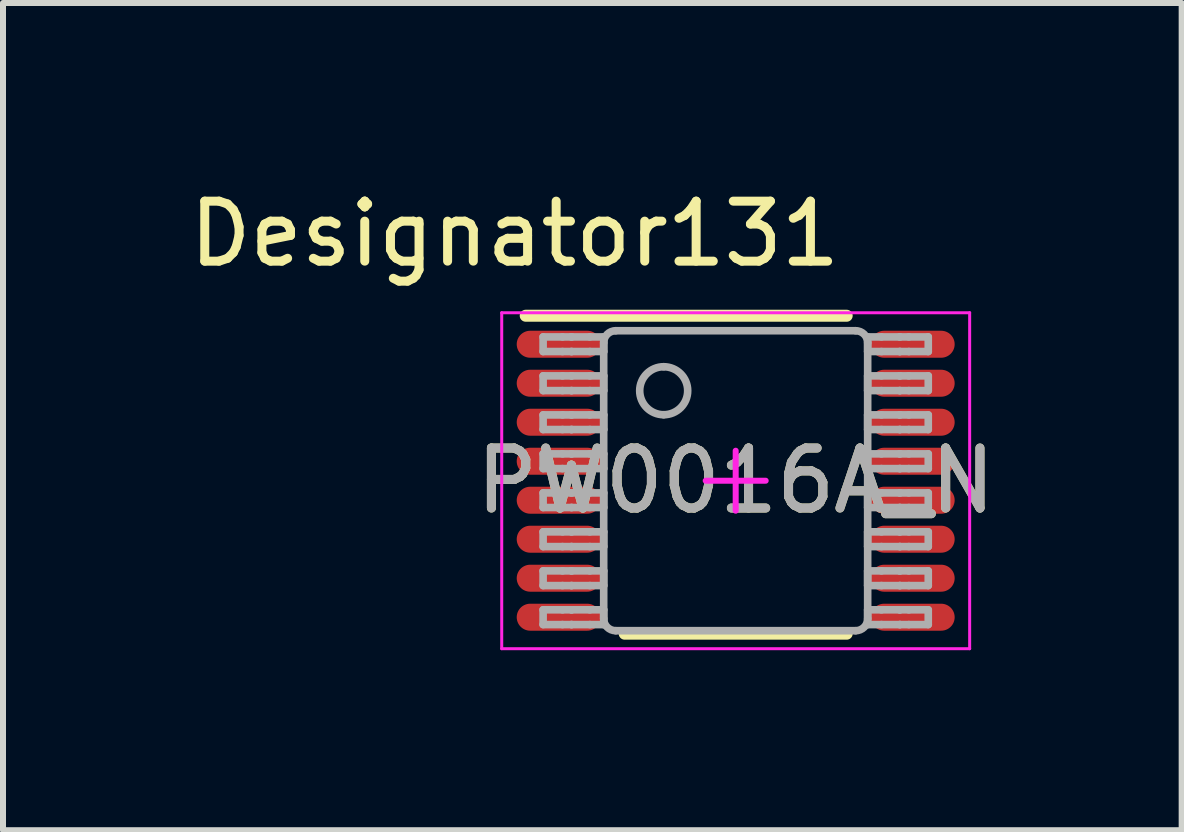
<source format=kicad_pcb>
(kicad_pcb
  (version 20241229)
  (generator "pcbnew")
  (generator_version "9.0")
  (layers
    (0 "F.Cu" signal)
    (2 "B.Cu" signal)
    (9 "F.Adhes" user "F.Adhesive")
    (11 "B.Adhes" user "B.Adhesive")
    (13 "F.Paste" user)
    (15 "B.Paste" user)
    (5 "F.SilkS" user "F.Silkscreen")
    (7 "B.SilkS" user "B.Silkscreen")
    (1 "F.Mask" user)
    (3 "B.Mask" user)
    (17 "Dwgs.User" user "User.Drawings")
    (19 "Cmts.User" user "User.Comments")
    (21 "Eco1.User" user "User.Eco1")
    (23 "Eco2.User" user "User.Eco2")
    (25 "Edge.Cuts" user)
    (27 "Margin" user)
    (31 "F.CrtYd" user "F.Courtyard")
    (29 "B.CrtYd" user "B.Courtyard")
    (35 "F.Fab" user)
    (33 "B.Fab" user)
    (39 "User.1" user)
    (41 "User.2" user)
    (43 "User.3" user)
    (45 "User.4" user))
  (footprint "PW0016A_N"
    (layer "F.Cu")
    (at 9.213 4.963)
    (property "Reference" "PW0016A_N" (at 0 0 0) (unlocked yes) (layer "F.SilkS") (effects (font (size 1 1) (thickness 0.15))))
    (attr smd)
    (fp_line (start -3.5 -2.75) (end 1.85 -2.75) (stroke (width 0.2) (type solid)) (layer "F.SilkS"))
    (fp_line (start -1.85 2.55) (end 1.85 2.55) (stroke (width 0.2) (type solid)) (layer "F.SilkS"))
    (fp_line (start -3.9 -2.8) (end 3.9 -2.8) (stroke (width 0.05) (type solid)) (layer "F.CrtYd"))
    (fp_line (start -3.9 2.8) (end -3.9 -2.8) (stroke (width 0.05) (type solid)) (layer "F.CrtYd"))
    (fp_line (start -3.9 2.8) (end 3.9 2.8) (stroke (width 0.05) (type solid)) (layer "F.CrtYd"))
    (fp_line (start -0.5 0) (end 0.5 0) (stroke (width 0.1) (type solid)) (layer "F.CrtYd"))
    (fp_line (start 0 0.5) (end 0 -0.5) (stroke (width 0.1) (type solid)) (layer "F.CrtYd"))
    (fp_line (start 3.9 2.8) (end 3.9 -2.8) (stroke (width 0.05) (type solid)) (layer "F.CrtYd"))
    (fp_line (start -3.21 -2.397) (end -2.887 -2.397) (stroke (width 0.127) (type solid)) (layer "F.Fab"))
    (fp_line (start -3.21 -2.153) (end -3.21 -2.397) (stroke (width 0.127) (type solid)) (layer "F.Fab"))
    (fp_line (start -3.21 -2.153) (end -2.887 -2.153) (stroke (width 0.127) (type solid)) (layer "F.Fab"))
    (fp_line (start -3.21 -1.748) (end -2.887 -1.748) (stroke (width 0.127) (type solid)) (layer "F.Fab"))
    (fp_line (start -3.21 -1.502) (end -3.21 -1.748) (stroke (width 0.127) (type solid)) (layer "F.Fab"))
    (fp_line (start -3.21 -1.502) (end -2.887 -1.502) (stroke (width 0.127) (type solid)) (layer "F.Fab"))
    (fp_line (start -3.21 -1.097) (end -2.887 -1.097) (stroke (width 0.127) (type solid)) (layer "F.Fab"))
    (fp_line (start -3.21 -0.853) (end -3.21 -1.097) (stroke (width 0.127) (type solid)) (layer "F.Fab"))
    (fp_line (start -3.21 -0.853) (end -2.887 -0.853) (stroke (width 0.127) (type solid)) (layer "F.Fab"))
    (fp_line (start -3.21 -0.448) (end -2.887 -0.448) (stroke (width 0.127) (type solid)) (layer "F.Fab"))
    (fp_line (start -3.21 -0.202) (end -3.21 -0.448) (stroke (width 0.127) (type solid)) (layer "F.Fab"))
    (fp_line (start -3.21 -0.202) (end -2.887 -0.202) (stroke (width 0.127) (type solid)) (layer "F.Fab"))
    (fp_line (start -3.21 0.203) (end -2.887 0.203) (stroke (width 0.127) (type solid)) (layer "F.Fab"))
    (fp_line (start -3.21 0.447) (end -3.21 0.203) (stroke (width 0.127) (type solid)) (layer "F.Fab"))
    (fp_line (start -3.21 0.447) (end -2.887 0.447) (stroke (width 0.127) (type solid)) (layer "F.Fab"))
    (fp_line (start -3.21 0.852) (end -2.887 0.852) (stroke (width 0.127) (type solid)) (layer "F.Fab"))
    (fp_line (start -3.21 1.098) (end -3.21 0.852) (stroke (width 0.127) (type solid)) (layer "F.Fab"))
    (fp_line (start -3.21 1.098) (end -2.887 1.098) (stroke (width 0.127) (type solid)) (layer "F.Fab"))
    (fp_line (start -3.21 1.503) (end -2.887 1.503) (stroke (width 0.127) (type solid)) (layer "F.Fab"))
    (fp_line (start -3.21 1.748) (end -3.21 1.503) (stroke (width 0.127) (type solid)) (layer "F.Fab"))
    (fp_line (start -3.21 1.748) (end -2.887 1.748) (stroke (width 0.127) (type solid)) (layer "F.Fab"))
    (fp_line (start -3.21 2.152) (end -2.887 2.152) (stroke (width 0.127) (type solid)) (layer "F.Fab"))
    (fp_line (start -3.21 2.398) (end -3.21 2.152) (stroke (width 0.127) (type solid)) (layer "F.Fab"))
    (fp_line (start -3.21 2.398) (end -2.887 2.398) (stroke (width 0.127) (type solid)) (layer "F.Fab"))
    (fp_line (start -2.887 -2.397) (end -2.739 -2.397) (stroke (width 0.127) (type solid)) (layer "F.Fab"))
    (fp_line (start -2.887 -2.153) (end -2.739 -2.153) (stroke (width 0.127) (type solid)) (layer "F.Fab"))
    (fp_line (start -2.887 -1.748) (end -2.739 -1.748) (stroke (width 0.127) (type solid)) (layer "F.Fab"))
    (fp_line (start -2.887 -1.502) (end -2.739 -1.502) (stroke (width 0.127) (type solid)) (layer "F.Fab"))
    (fp_line (start -2.887 -1.097) (end -2.739 -1.097) (stroke (width 0.127) (type solid)) (layer "F.Fab"))
    (fp_line (start -2.887 -0.853) (end -2.739 -0.853) (stroke (width 0.127) (type solid)) (layer "F.Fab"))
    (fp_line (start -2.887 -0.448) (end -2.739 -0.448) (stroke (width 0.127) (type solid)) (layer "F.Fab"))
    (fp_line (start -2.887 -0.202) (end -2.739 -0.202) (stroke (width 0.127) (type solid)) (layer "F.Fab"))
    (fp_line (start -2.887 0.203) (end -2.739 0.203) (stroke (width 0.127) (type solid)) (layer "F.Fab"))
    (fp_line (start -2.887 0.447) (end -2.739 0.447) (stroke (width 0.127) (type solid)) (layer "F.Fab"))
    (fp_line (start -2.887 0.852) (end -2.739 0.852) (stroke (width 0.127) (type solid)) (layer "F.Fab"))
    (fp_line (start -2.887 1.098) (end -2.739 1.098) (stroke (width 0.127) (type solid)) (layer "F.Fab"))
    (fp_line (start -2.887 1.503) (end -2.739 1.503) (stroke (width 0.127) (type solid)) (layer "F.Fab"))
    (fp_line (start -2.887 1.748) (end -2.739 1.748) (stroke (width 0.127) (type solid)) (layer "F.Fab"))
    (fp_line (start -2.887 2.152) (end -2.739 2.152) (stroke (width 0.127) (type solid)) (layer "F.Fab"))
    (fp_line (start -2.887 2.398) (end -2.739 2.398) (stroke (width 0.127) (type solid)) (layer "F.Fab"))
    (fp_line (start -2.739 -2.397) (end -2.733 -2.397) (stroke (width 0.127) (type solid)) (layer "F.Fab"))
    (fp_line (start -2.739 -2.153) (end -2.733 -2.153) (stroke (width 0.127) (type solid)) (layer "F.Fab"))
    (fp_line (start -2.739 -1.748) (end -2.733 -1.748) (stroke (width 0.127) (type solid)) (layer "F.Fab"))
    (fp_line (start -2.739 -1.502) (end -2.733 -1.502) (stroke (width 0.127) (type solid)) (layer "F.Fab"))
    (fp_line (start -2.739 -1.097) (end -2.733 -1.097) (stroke (width 0.127) (type solid)) (layer "F.Fab"))
    (fp_line (start -2.739 -0.853) (end -2.733 -0.853) (stroke (width 0.127) (type solid)) (layer "F.Fab"))
    (fp_line (start -2.739 -0.448) (end -2.733 -0.448) (stroke (width 0.127) (type solid)) (layer "F.Fab"))
    (fp_line (start -2.739 -0.202) (end -2.733 -0.202) (stroke (width 0.127) (type solid)) (layer "F.Fab"))
    (fp_line (start -2.739 0.203) (end -2.733 0.203) (stroke (width 0.127) (type solid)) (layer "F.Fab"))
    (fp_line (start -2.739 0.447) (end -2.733 0.447) (stroke (width 0.127) (type solid)) (layer "F.Fab"))
    (fp_line (start -2.739 0.852) (end -2.733 0.852) (stroke (width 0.127) (type solid)) (layer "F.Fab"))
    (fp_line (start -2.739 1.098) (end -2.733 1.098) (stroke (width 0.127) (type solid)) (layer "F.Fab"))
    (fp_line (start -2.739 1.503) (end -2.733 1.503) (stroke (width 0.127) (type solid)) (layer "F.Fab"))
    (fp_line (start -2.739 1.748) (end -2.733 1.748) (stroke (width 0.127) (type solid)) (layer "F.Fab"))
    (fp_line (start -2.739 2.152) (end -2.733 2.152) (stroke (width 0.127) (type solid)) (layer "F.Fab"))
    (fp_line (start -2.739 2.398) (end -2.733 2.398) (stroke (width 0.127) (type solid)) (layer "F.Fab"))
    (fp_line (start -2.733 -2.397) (end -2.431 -2.397) (stroke (width 0.127) (type solid)) (layer "F.Fab"))
    (fp_line (start -2.733 -2.153) (end -2.431 -2.153) (stroke (width 0.127) (type solid)) (layer "F.Fab"))
    (fp_line (start -2.733 -1.748) (end -2.431 -1.748) (stroke (width 0.127) (type solid)) (layer "F.Fab"))
    (fp_line (start -2.733 -1.502) (end -2.431 -1.502) (stroke (width 0.127) (type solid)) (layer "F.Fab"))
    (fp_line (start -2.733 -1.097) (end -2.431 -1.097) (stroke (width 0.127) (type solid)) (layer "F.Fab"))
    (fp_line (start -2.733 -0.853) (end -2.431 -0.853) (stroke (width 0.127) (type solid)) (layer "F.Fab"))
    (fp_line (start -2.733 -0.448) (end -2.431 -0.448) (stroke (width 0.127) (type solid)) (layer "F.Fab"))
    (fp_line (start -2.733 -0.202) (end -2.431 -0.202) (stroke (width 0.127) (type solid)) (layer "F.Fab"))
    (fp_line (start -2.733 0.203) (end -2.431 0.203) (stroke (width 0.127) (type solid)) (layer "F.Fab"))
    (fp_line (start -2.733 0.447) (end -2.431 0.447) (stroke (width 0.127) (type solid)) (layer "F.Fab"))
    (fp_line (start -2.733 0.852) (end -2.431 0.852) (stroke (width 0.127) (type solid)) (layer "F.Fab"))
    (fp_line (start -2.733 1.098) (end -2.431 1.098) (stroke (width 0.127) (type solid)) (layer "F.Fab"))
    (fp_line (start -2.733 1.503) (end -2.431 1.503) (stroke (width 0.127) (type solid)) (layer "F.Fab"))
    (fp_line (start -2.733 1.748) (end -2.431 1.748) (stroke (width 0.127) (type solid)) (layer "F.Fab"))
    (fp_line (start -2.733 2.152) (end -2.431 2.152) (stroke (width 0.127) (type solid)) (layer "F.Fab"))
    (fp_line (start -2.733 2.398) (end -2.431 2.398) (stroke (width 0.127) (type solid)) (layer "F.Fab"))
    (fp_line (start -2.431 -2.397) (end -2.2 -2.397) (stroke (width 0.127) (type solid)) (layer "F.Fab"))
    (fp_line (start -2.431 -2.153) (end -2.2 -2.153) (stroke (width 0.127) (type solid)) (layer "F.Fab"))
    (fp_line (start -2.431 -1.748) (end -2.2 -1.748) (stroke (width 0.127) (type solid)) (layer "F.Fab"))
    (fp_line (start -2.431 -1.502) (end -2.2 -1.502) (stroke (width 0.127) (type solid)) (layer "F.Fab"))
    (fp_line (start -2.431 -1.097) (end -2.2 -1.097) (stroke (width 0.127) (type solid)) (layer "F.Fab"))
    (fp_line (start -2.431 -0.853) (end -2.2 -0.853) (stroke (width 0.127) (type solid)) (layer "F.Fab"))
    (fp_line (start -2.431 -0.448) (end -2.2 -0.448) (stroke (width 0.127) (type solid)) (layer "F.Fab"))
    (fp_line (start -2.431 -0.202) (end -2.2 -0.202) (stroke (width 0.127) (type solid)) (layer "F.Fab"))
    (fp_line (start -2.431 0.203) (end -2.2 0.203) (stroke (width 0.127) (type solid)) (layer "F.Fab"))
    (fp_line (start -2.431 0.447) (end -2.2 0.447) (stroke (width 0.127) (type solid)) (layer "F.Fab"))
    (fp_line (start -2.431 0.852) (end -2.2 0.852) (stroke (width 0.127) (type solid)) (layer "F.Fab"))
    (fp_line (start -2.431 1.098) (end -2.2 1.098) (stroke (width 0.127) (type solid)) (layer "F.Fab"))
    (fp_line (start -2.431 1.503) (end -2.2 1.503) (stroke (width 0.127) (type solid)) (layer "F.Fab"))
    (fp_line (start -2.431 1.748) (end -2.2 1.748) (stroke (width 0.127) (type solid)) (layer "F.Fab"))
    (fp_line (start -2.431 2.152) (end -2.2 2.152) (stroke (width 0.127) (type solid)) (layer "F.Fab"))
    (fp_line (start -2.431 2.398) (end -2.2 2.398) (stroke (width 0.127) (type solid)) (layer "F.Fab"))
    (fp_line (start -2.2 -2.153) (end -2.2 -2.397) (stroke (width 0.127) (type solid)) (layer "F.Fab"))
    (fp_line (start -2.2 -1.502) (end -2.2 -1.748) (stroke (width 0.127) (type solid)) (layer "F.Fab"))
    (fp_line (start -2.2 -0.853) (end -2.2 -1.097) (stroke (width 0.127) (type solid)) (layer "F.Fab"))
    (fp_line (start -2.2 -0.202) (end -2.2 -0.448) (stroke (width 0.127) (type solid)) (layer "F.Fab"))
    (fp_line (start -2.2 0.447) (end -2.2 0.203) (stroke (width 0.127) (type solid)) (layer "F.Fab"))
    (fp_line (start -2.2 1.098) (end -2.2 0.852) (stroke (width 0.127) (type solid)) (layer "F.Fab"))
    (fp_line (start -2.2 1.748) (end -2.2 1.503) (stroke (width 0.127) (type solid)) (layer "F.Fab"))
    (fp_line (start -2.2 2.3) (end -2.2 -2.3) (stroke (width 0.127) (type solid)) (layer "F.Fab"))
    (fp_line (start -2.2 2.398) (end -2.2 2.152) (stroke (width 0.127) (type solid)) (layer "F.Fab"))
    (fp_line (start -2 -2.5) (end 2 -2.5) (stroke (width 0.127) (type solid)) (layer "F.Fab"))
    (fp_line (start -2 2.5) (end 2 2.5) (stroke (width 0.127) (type solid)) (layer "F.Fab"))
    (fp_line (start 2.2 -2.397) (end 2.43 -2.397) (stroke (width 0.127) (type solid)) (layer "F.Fab"))
    (fp_line (start 2.2 -2.153) (end 2.2 -2.397) (stroke (width 0.127) (type solid)) (layer "F.Fab"))
    (fp_line (start 2.2 -2.153) (end 2.43 -2.153) (stroke (width 0.127) (type solid)) (layer "F.Fab"))
    (fp_line (start 2.2 -1.748) (end 2.43 -1.748) (stroke (width 0.127) (type solid)) (layer "F.Fab"))
    (fp_line (start 2.2 -1.502) (end 2.2 -1.748) (stroke (width 0.127) (type solid)) (layer "F.Fab"))
    (fp_line (start 2.2 -1.502) (end 2.43 -1.502) (stroke (width 0.127) (type solid)) (layer "F.Fab"))
    (fp_line (start 2.2 -1.097) (end 2.43 -1.097) (stroke (width 0.127) (type solid)) (layer "F.Fab"))
    (fp_line (start 2.2 -0.853) (end 2.2 -1.097) (stroke (width 0.127) (type solid)) (layer "F.Fab"))
    (fp_line (start 2.2 -0.853) (end 2.43 -0.853) (stroke (width 0.127) (type solid)) (layer "F.Fab"))
    (fp_line (start 2.2 -0.448) (end 2.43 -0.448) (stroke (width 0.127) (type solid)) (layer "F.Fab"))
    (fp_line (start 2.2 -0.202) (end 2.2 -0.448) (stroke (width 0.127) (type solid)) (layer "F.Fab"))
    (fp_line (start 2.2 -0.202) (end 2.43 -0.202) (stroke (width 0.127) (type solid)) (layer "F.Fab"))
    (fp_line (start 2.2 0.203) (end 2.43 0.203) (stroke (width 0.127) (type solid)) (layer "F.Fab"))
    (fp_line (start 2.2 0.447) (end 2.2 0.203) (stroke (width 0.127) (type solid)) (layer "F.Fab"))
    (fp_line (start 2.2 0.447) (end 2.43 0.447) (stroke (width 0.127) (type solid)) (layer "F.Fab"))
    (fp_line (start 2.2 0.852) (end 2.43 0.852) (stroke (width 0.127) (type solid)) (layer "F.Fab"))
    (fp_line (start 2.2 1.098) (end 2.2 0.852) (stroke (width 0.127) (type solid)) (layer "F.Fab"))
    (fp_line (start 2.2 1.098) (end 2.43 1.098) (stroke (width 0.127) (type solid)) (layer "F.Fab"))
    (fp_line (start 2.2 1.503) (end 2.43 1.503) (stroke (width 0.127) (type solid)) (layer "F.Fab"))
    (fp_line (start 2.2 1.748) (end 2.2 1.503) (stroke (width 0.127) (type solid)) (layer "F.Fab"))
    (fp_line (start 2.2 1.748) (end 2.43 1.748) (stroke (width 0.127) (type solid)) (layer "F.Fab"))
    (fp_line (start 2.2 2.152) (end 2.43 2.152) (stroke (width 0.127) (type solid)) (layer "F.Fab"))
    (fp_line (start 2.2 2.3) (end 2.2 -2.3) (stroke (width 0.127) (type solid)) (layer "F.Fab"))
    (fp_line (start 2.2 2.398) (end 2.2 2.152) (stroke (width 0.127) (type solid)) (layer "F.Fab"))
    (fp_line (start 2.2 2.398) (end 2.43 2.398) (stroke (width 0.127) (type solid)) (layer "F.Fab"))
    (fp_line (start 2.43 -2.397) (end 2.733 -2.397) (stroke (width 0.127) (type solid)) (layer "F.Fab"))
    (fp_line (start 2.43 -2.153) (end 2.733 -2.153) (stroke (width 0.127) (type solid)) (layer "F.Fab"))
    (fp_line (start 2.43 -1.748) (end 2.733 -1.748) (stroke (width 0.127) (type solid)) (layer "F.Fab"))
    (fp_line (start 2.43 -1.502) (end 2.733 -1.502) (stroke (width 0.127) (type solid)) (layer "F.Fab"))
    (fp_line (start 2.43 -1.097) (end 2.733 -1.097) (stroke (width 0.127) (type solid)) (layer "F.Fab"))
    (fp_line (start 2.43 -0.853) (end 2.733 -0.853) (stroke (width 0.127) (type solid)) (layer "F.Fab"))
    (fp_line (start 2.43 -0.448) (end 2.733 -0.448) (stroke (width 0.127) (type solid)) (layer "F.Fab"))
    (fp_line (start 2.43 -0.202) (end 2.733 -0.202) (stroke (width 0.127) (type solid)) (layer "F.Fab"))
    (fp_line (start 2.43 0.203) (end 2.733 0.203) (stroke (width 0.127) (type solid)) (layer "F.Fab"))
    (fp_line (start 2.43 0.447) (end 2.733 0.447) (stroke (width 0.127) (type solid)) (layer "F.Fab"))
    (fp_line (start 2.43 0.852) (end 2.733 0.852) (stroke (width 0.127) (type solid)) (layer "F.Fab"))
    (fp_line (start 2.43 1.098) (end 2.733 1.098) (stroke (width 0.127) (type solid)) (layer "F.Fab"))
    (fp_line (start 2.43 1.503) (end 2.733 1.503) (stroke (width 0.127) (type solid)) (layer "F.Fab"))
    (fp_line (start 2.43 1.748) (end 2.733 1.748) (stroke (width 0.127) (type solid)) (layer "F.Fab"))
    (fp_line (start 2.43 2.152) (end 2.733 2.152) (stroke (width 0.127) (type solid)) (layer "F.Fab"))
    (fp_line (start 2.43 2.398) (end 2.733 2.398) (stroke (width 0.127) (type solid)) (layer "F.Fab"))
    (fp_line (start 2.733 -2.397) (end 2.739 -2.397) (stroke (width 0.127) (type solid)) (layer "F.Fab"))
    (fp_line (start 2.733 -2.153) (end 2.739 -2.153) (stroke (width 0.127) (type solid)) (layer "F.Fab"))
    (fp_line (start 2.733 -1.748) (end 2.739 -1.748) (stroke (width 0.127) (type solid)) (layer "F.Fab"))
    (fp_line (start 2.733 -1.502) (end 2.739 -1.502) (stroke (width 0.127) (type solid)) (layer "F.Fab"))
    (fp_line (start 2.733 -1.097) (end 2.739 -1.097) (stroke (width 0.127) (type solid)) (layer "F.Fab"))
    (fp_line (start 2.733 -0.853) (end 2.739 -0.853) (stroke (width 0.127) (type solid)) (layer "F.Fab"))
    (fp_line (start 2.733 -0.448) (end 2.739 -0.448) (stroke (width 0.127) (type solid)) (layer "F.Fab"))
    (fp_line (start 2.733 -0.202) (end 2.739 -0.202) (stroke (width 0.127) (type solid)) (layer "F.Fab"))
    (fp_line (start 2.733 0.203) (end 2.739 0.203) (stroke (width 0.127) (type solid)) (layer "F.Fab"))
    (fp_line (start 2.733 0.447) (end 2.739 0.447) (stroke (width 0.127) (type solid)) (layer "F.Fab"))
    (fp_line (start 2.733 0.852) (end 2.739 0.852) (stroke (width 0.127) (type solid)) (layer "F.Fab"))
    (fp_line (start 2.733 1.098) (end 2.739 1.098) (stroke (width 0.127) (type solid)) (layer "F.Fab"))
    (fp_line (start 2.733 1.503) (end 2.739 1.503) (stroke (width 0.127) (type solid)) (layer "F.Fab"))
    (fp_line (start 2.733 1.748) (end 2.739 1.748) (stroke (width 0.127) (type solid)) (layer "F.Fab"))
    (fp_line (start 2.733 2.152) (end 2.739 2.152) (stroke (width 0.127) (type solid)) (layer "F.Fab"))
    (fp_line (start 2.733 2.398) (end 2.739 2.398) (stroke (width 0.127) (type solid)) (layer "F.Fab"))
    (fp_line (start 2.739 -2.397) (end 2.887 -2.397) (stroke (width 0.127) (type solid)) (layer "F.Fab"))
    (fp_line (start 2.739 -2.153) (end 2.887 -2.153) (stroke (width 0.127) (type solid)) (layer "F.Fab"))
    (fp_line (start 2.739 -1.748) (end 2.887 -1.748) (stroke (width 0.127) (type solid)) (layer "F.Fab"))
    (fp_line (start 2.739 -1.502) (end 2.887 -1.502) (stroke (width 0.127) (type solid)) (layer "F.Fab"))
    (fp_line (start 2.739 -1.097) (end 2.887 -1.097) (stroke (width 0.127) (type solid)) (layer "F.Fab"))
    (fp_line (start 2.739 -0.853) (end 2.887 -0.853) (stroke (width 0.127) (type solid)) (layer "F.Fab"))
    (fp_line (start 2.739 -0.448) (end 2.887 -0.448) (stroke (width 0.127) (type solid)) (layer "F.Fab"))
    (fp_line (start 2.739 -0.202) (end 2.887 -0.202) (stroke (width 0.127) (type solid)) (layer "F.Fab"))
    (fp_line (start 2.739 0.203) (end 2.887 0.203) (stroke (width 0.127) (type solid)) (layer "F.Fab"))
    (fp_line (start 2.739 0.447) (end 2.887 0.447) (stroke (width 0.127) (type solid)) (layer "F.Fab"))
    (fp_line (start 2.739 0.852) (end 2.887 0.852) (stroke (width 0.127) (type solid)) (layer "F.Fab"))
    (fp_line (start 2.739 1.098) (end 2.887 1.098) (stroke (width 0.127) (type solid)) (layer "F.Fab"))
    (fp_line (start 2.739 1.503) (end 2.887 1.503) (stroke (width 0.127) (type solid)) (layer "F.Fab"))
    (fp_line (start 2.739 1.748) (end 2.887 1.748) (stroke (width 0.127) (type solid)) (layer "F.Fab"))
    (fp_line (start 2.739 2.152) (end 2.887 2.152) (stroke (width 0.127) (type solid)) (layer "F.Fab"))
    (fp_line (start 2.739 2.398) (end 2.887 2.398) (stroke (width 0.127) (type solid)) (layer "F.Fab"))
    (fp_line (start 2.887 -2.397) (end 3.21 -2.397) (stroke (width 0.127) (type solid)) (layer "F.Fab"))
    (fp_line (start 2.887 -2.153) (end 3.21 -2.153) (stroke (width 0.127) (type solid)) (layer "F.Fab"))
    (fp_line (start 2.887 -1.748) (end 3.21 -1.748) (stroke (width 0.127) (type solid)) (layer "F.Fab"))
    (fp_line (start 2.887 -1.502) (end 3.21 -1.502) (stroke (width 0.127) (type solid)) (layer "F.Fab"))
    (fp_line (start 2.887 -1.097) (end 3.21 -1.097) (stroke (width 0.127) (type solid)) (layer "F.Fab"))
    (fp_line (start 2.887 -0.853) (end 3.21 -0.853) (stroke (width 0.127) (type solid)) (layer "F.Fab"))
    (fp_line (start 2.887 -0.448) (end 3.21 -0.448) (stroke (width 0.127) (type solid)) (layer "F.Fab"))
    (fp_line (start 2.887 -0.202) (end 3.21 -0.202) (stroke (width 0.127) (type solid)) (layer "F.Fab"))
    (fp_line (start 2.887 0.203) (end 3.21 0.203) (stroke (width 0.127) (type solid)) (layer "F.Fab"))
    (fp_line (start 2.887 0.447) (end 3.21 0.447) (stroke (width 0.127) (type solid)) (layer "F.Fab"))
    (fp_line (start 2.887 0.852) (end 3.21 0.852) (stroke (width 0.127) (type solid)) (layer "F.Fab"))
    (fp_line (start 2.887 1.098) (end 3.21 1.098) (stroke (width 0.127) (type solid)) (layer "F.Fab"))
    (fp_line (start 2.887 1.503) (end 3.21 1.503) (stroke (width 0.127) (type solid)) (layer "F.Fab"))
    (fp_line (start 2.887 1.748) (end 3.21 1.748) (stroke (width 0.127) (type solid)) (layer "F.Fab"))
    (fp_line (start 2.887 2.152) (end 3.21 2.152) (stroke (width 0.127) (type solid)) (layer "F.Fab"))
    (fp_line (start 2.887 2.398) (end 3.21 2.398) (stroke (width 0.127) (type solid)) (layer "F.Fab"))
    (fp_line (start 3.21 -2.153) (end 3.21 -2.397) (stroke (width 0.127) (type solid)) (layer "F.Fab"))
    (fp_line (start 3.21 -1.502) (end 3.21 -1.748) (stroke (width 0.127) (type solid)) (layer "F.Fab"))
    (fp_line (start 3.21 -0.853) (end 3.21 -1.097) (stroke (width 0.127) (type solid)) (layer "F.Fab"))
    (fp_line (start 3.21 -0.202) (end 3.21 -0.448) (stroke (width 0.127) (type solid)) (layer "F.Fab"))
    (fp_line (start 3.21 0.447) (end 3.21 0.203) (stroke (width 0.127) (type solid)) (layer "F.Fab"))
    (fp_line (start 3.21 1.098) (end 3.21 0.852) (stroke (width 0.127) (type solid)) (layer "F.Fab"))
    (fp_line (start 3.21 1.748) (end 3.21 1.503) (stroke (width 0.127) (type solid)) (layer "F.Fab"))
    (fp_line (start 3.21 2.398) (end 3.21 2.152) (stroke (width 0.127) (type solid)) (layer "F.Fab"))
    (fp_arc (start -2.200001 -2.3) (mid -2.141422 -2.441421) (end -2.000001 -2.5) (stroke (width 0.127) (type solid)) (layer "F.Fab"))
    (fp_arc (start -2.000001 2.500015) (mid -2.141422 2.441437) (end -2.200001 2.300016) (stroke (width 0.127) (type solid)) (layer "F.Fab"))
    (fp_arc (start -1.200003 -1.900001) (mid -0.800003 -1.500002) (end -1.200003 -1.100003) (stroke (width 0.127) (type solid)) (layer "F.Fab"))
    (fp_arc (start -1.200003 -1.100003) (mid -1.600002 -1.500002) (end -1.200003 -1.900001) (stroke (width 0.127) (type solid)) (layer "F.Fab"))
    (fp_arc (start 1.999991 -2.5) (mid 2.141412 -2.441422) (end 2.199991 -2.3) (stroke (width 0.127) (type solid)) (layer "F.Fab"))
    (fp_arc (start 2.199991 2.300016) (mid 2.141412 2.441437) (end 1.999991 2.500015) (stroke (width 0.127) (type solid)) (layer "F.Fab"))
    (fp_text user "Designator131" (at -3.683 -4.115 0) (unlocked yes) (layer "F.SilkS") (effects (font (size 1 1) (thickness 0.15))))
    (fp_text user "${REFERENCE}" (at 0 0 0) (unlocked yes) (layer "F.Fab") (effects (font (size 1 1) (thickness 0.15))))
    (pad "1" smd oval (at -2.95 -2.275 90) (size 0.45 1.4) (layers "F.Cu" "F.Mask" "F.Paste"))
    (pad "2" smd oval (at -2.95 -1.625 90) (size 0.45 1.4) (layers "F.Cu" "F.Mask" "F.Paste"))
    (pad "3" smd oval (at -2.95 -0.975 90) (size 0.45 1.4) (layers "F.Cu" "F.Mask" "F.Paste"))
    (pad "4" smd oval (at -2.95 -0.325 90) (size 0.45 1.4) (layers "F.Cu" "F.Mask" "F.Paste"))
    (pad "5" smd oval (at -2.95 0.325 90) (size 0.45 1.4) (layers "F.Cu" "F.Mask" "F.Paste"))
    (pad "6" smd oval (at -2.95 0.975 90) (size 0.45 1.4) (layers "F.Cu" "F.Mask" "F.Paste"))
    (pad "7" smd oval (at -2.95 1.625 90) (size 0.45 1.4) (layers "F.Cu" "F.Mask" "F.Paste"))
    (pad "8" smd oval (at -2.95 2.275 90) (size 0.45 1.4) (layers "F.Cu" "F.Mask" "F.Paste"))
    (pad "9" smd oval (at 2.95 2.275 90) (size 0.45 1.4) (layers "F.Cu" "F.Mask" "F.Paste"))
    (pad "10" smd oval (at 2.95 1.625 90) (size 0.45 1.4) (layers "F.Cu" "F.Mask" "F.Paste"))
    (pad "11" smd oval (at 2.95 0.975 90) (size 0.45 1.4) (layers "F.Cu" "F.Mask" "F.Paste"))
    (pad "12" smd oval (at 2.95 0.325 90) (size 0.45 1.4) (layers "F.Cu" "F.Mask" "F.Paste"))
    (pad "13" smd oval (at 2.95 -0.325 90) (size 0.45 1.4) (layers "F.Cu" "F.Mask" "F.Paste"))
    (pad "14" smd oval (at 2.95 -0.975 90) (size 0.45 1.4) (layers "F.Cu" "F.Mask" "F.Paste"))
    (pad "15" smd oval (at 2.95 -1.625 90) (size 0.45 1.4) (layers "F.Cu" "F.Mask" "F.Paste"))
    (pad "16" smd oval (at 2.95 -2.275 90) (size 0.45 1.4) (layers "F.Cu" "F.Mask" "F.Paste")))
  (gr_rect
    (start -3 -3)
    (end 16.647 10.788)
    (stroke (width 0.1) (type default))
    (fill no)
    (layer "Edge.Cuts")))
</source>
